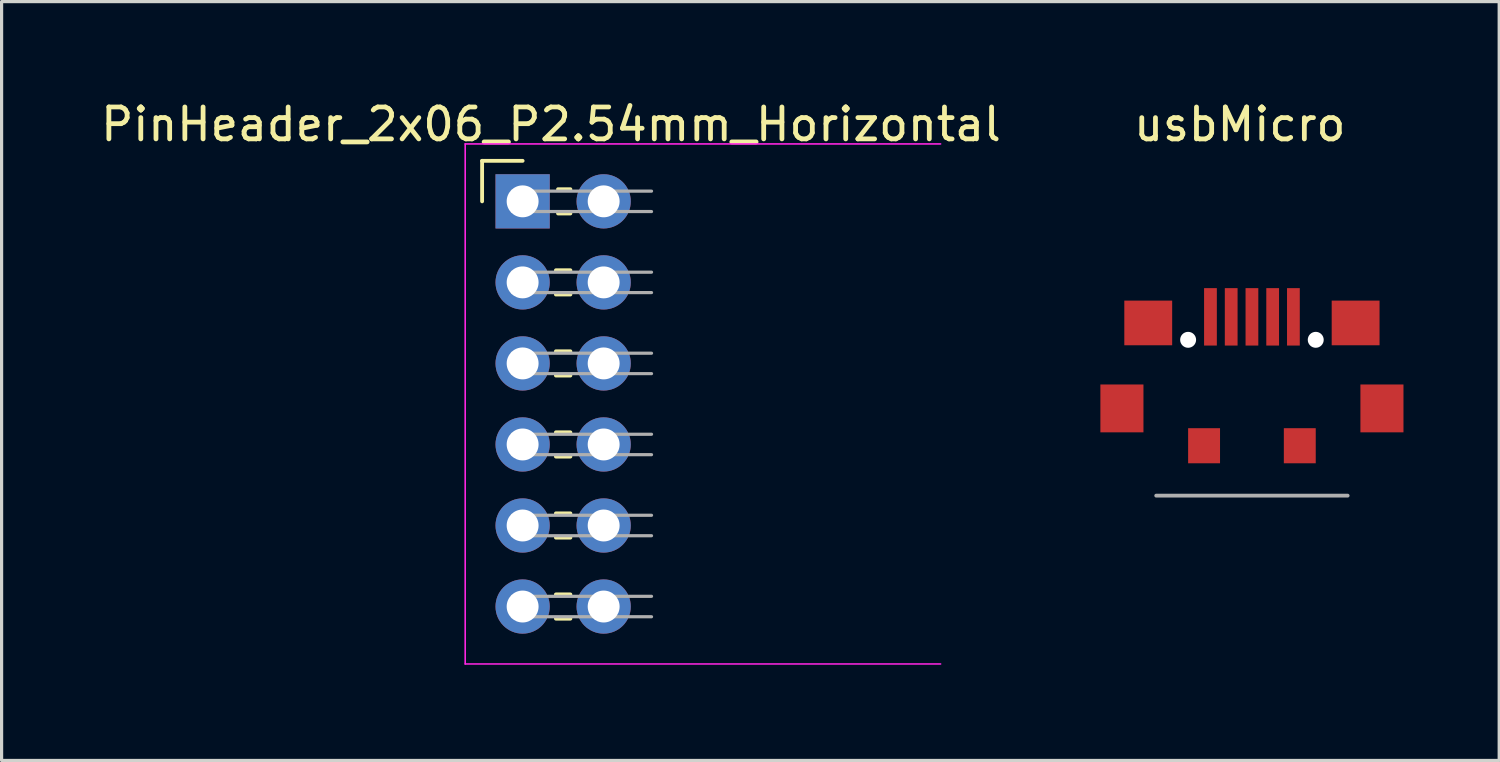
<source format=kicad_pcb>
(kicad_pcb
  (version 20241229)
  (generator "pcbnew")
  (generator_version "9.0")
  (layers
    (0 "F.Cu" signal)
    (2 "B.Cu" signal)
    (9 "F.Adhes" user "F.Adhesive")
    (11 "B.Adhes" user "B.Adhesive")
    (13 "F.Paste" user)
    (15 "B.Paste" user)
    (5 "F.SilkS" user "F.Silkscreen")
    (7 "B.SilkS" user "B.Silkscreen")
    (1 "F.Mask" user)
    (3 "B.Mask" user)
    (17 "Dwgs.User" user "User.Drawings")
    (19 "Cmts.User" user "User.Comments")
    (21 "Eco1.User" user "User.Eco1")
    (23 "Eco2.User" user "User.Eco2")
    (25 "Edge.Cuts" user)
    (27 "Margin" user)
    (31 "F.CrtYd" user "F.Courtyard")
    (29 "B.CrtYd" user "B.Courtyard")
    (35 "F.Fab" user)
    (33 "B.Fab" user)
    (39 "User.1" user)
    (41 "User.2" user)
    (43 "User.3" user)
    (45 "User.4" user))
  (footprint "usbMicro"
    (layer "F.Cu")
    (at 36.19 6.881)
    (property "Reference" "usbMicro" (at -0.381 -6.032 0) (layer "F.SilkS") (effects (font (size 1 1) (thickness 0.15))))
    (attr through_hole)
    (fp_line (start -3 5.604) (end 3 5.604) (stroke (width 0.12) (type solid)) (layer "F.Fab"))
    (pad "" np_thru_hole circle (at -2 0.72 90) (size 0.5 0.5) (drill 0.5) (layers "*.Cu" "*.Mask"))
    (pad "" np_thru_hole circle (at 2 0.72 90) (size 0.5 0.5) (drill 0.5) (layers "*.Cu" "*.Mask"))
    (pad "1" smd rect (at -1.3 0 90) (size 1.8 0.4) (layers "F.Cu" "F.Mask" "F.Paste"))
    (pad "2" smd rect (at -0.65 0 90) (size 1.8 0.4) (layers "F.Cu" "F.Mask" "F.Paste"))
    (pad "3" smd rect (at 0 0 90) (size 1.8 0.4) (layers "F.Cu" "F.Mask" "F.Paste"))
    (pad "4" smd rect (at 0.65 0 90) (size 1.8 0.4) (layers "F.Cu" "F.Mask" "F.Paste"))
    (pad "5" smd rect (at 1.3 0 90) (size 1.8 0.4) (layers "F.Cu" "F.Mask" "F.Paste"))
    (pad "6" smd rect (at -4.075 2.87 180) (size 1.35 1.5) (layers "F.Cu" "F.Mask" "F.Paste"))
    (pad "6" smd rect (at -3.25 0.191 180) (size 1.5 1.4) (layers "F.Cu" "F.Mask" "F.Paste"))
    (pad "6" smd rect (at -1.5 4.04 90) (size 1.1 1) (layers "F.Cu" "F.Mask" "F.Paste"))
    (pad "6" smd rect (at 1.5 4.04 90) (size 1.1 1) (layers "F.Cu" "F.Mask" "F.Paste"))
    (pad "6" smd rect (at 3.25 0.191 180) (size 1.5 1.4) (layers "F.Cu" "F.Mask" "F.Paste"))
    (pad "6" smd rect (at 4.075 2.87 180) (size 1.35 1.5) (layers "F.Cu" "F.Mask" "F.Paste")))
  (footprint "PinHeader_2x06_P2.54mm_Horizontal"
    (layer "F.Cu")
    (at 13.331 3.261)
    (property "Reference" "PinHeader_2x06_P2.54mm_Horizontal" (at 0.889 -2.413 0) (layer "F.SilkS") (effects (font (size 1 1) (thickness 0.15))))
    (attr through_hole)
    (fp_line (start -1.27 -1.27) (end 0 -1.27) (stroke (width 0.12) (type solid)) (layer "F.SilkS"))
    (fp_line (start -1.27 0) (end -1.27 -1.27) (stroke (width 0.12) (type solid)) (layer "F.SilkS"))
    (fp_line (start 1.043 2.16) (end 1.497 2.16) (stroke (width 0.12) (type solid)) (layer "F.SilkS"))
    (fp_line (start 1.043 2.92) (end 1.497 2.92) (stroke (width 0.12) (type solid)) (layer "F.SilkS"))
    (fp_line (start 1.043 4.7) (end 1.497 4.7) (stroke (width 0.12) (type solid)) (layer "F.SilkS"))
    (fp_line (start 1.043 5.46) (end 1.497 5.46) (stroke (width 0.12) (type solid)) (layer "F.SilkS"))
    (fp_line (start 1.043 7.24) (end 1.497 7.24) (stroke (width 0.12) (type solid)) (layer "F.SilkS"))
    (fp_line (start 1.043 8) (end 1.497 8) (stroke (width 0.12) (type solid)) (layer "F.SilkS"))
    (fp_line (start 1.043 9.78) (end 1.497 9.78) (stroke (width 0.12) (type solid)) (layer "F.SilkS"))
    (fp_line (start 1.043 10.54) (end 1.497 10.54) (stroke (width 0.12) (type solid)) (layer "F.SilkS"))
    (fp_line (start 1.043 12.32) (end 1.497 12.32) (stroke (width 0.12) (type solid)) (layer "F.SilkS"))
    (fp_line (start 1.043 13.08) (end 1.497 13.08) (stroke (width 0.12) (type solid)) (layer "F.SilkS"))
    (fp_line (start 1.11 -0.38) (end 1.497 -0.38) (stroke (width 0.12) (type solid)) (layer "F.SilkS"))
    (fp_line (start 1.11 0.38) (end 1.497 0.38) (stroke (width 0.12) (type solid)) (layer "F.SilkS"))
    (fp_line (start -1.8 -1.8) (end -1.8 14.5) (stroke (width 0.05) (type solid)) (layer "F.CrtYd"))
    (fp_line (start -1.8 14.5) (end 13.1 14.5) (stroke (width 0.05) (type solid)) (layer "F.CrtYd"))
    (fp_line (start 13.1 -1.8) (end -1.8 -1.8) (stroke (width 0.05) (type solid)) (layer "F.CrtYd"))
    (fp_line (start -0.32 -0.32) (end -0.32 0.32) (stroke (width 0.1) (type solid)) (layer "F.Fab"))
    (fp_line (start -0.32 -0.32) (end 4.04 -0.32) (stroke (width 0.1) (type solid)) (layer "F.Fab"))
    (fp_line (start -0.32 0.32) (end 4.04 0.32) (stroke (width 0.1) (type solid)) (layer "F.Fab"))
    (fp_line (start -0.32 2.22) (end -0.32 2.86) (stroke (width 0.1) (type solid)) (layer "F.Fab"))
    (fp_line (start -0.32 2.22) (end 4.04 2.22) (stroke (width 0.1) (type solid)) (layer "F.Fab"))
    (fp_line (start -0.32 2.86) (end 4.04 2.86) (stroke (width 0.1) (type solid)) (layer "F.Fab"))
    (fp_line (start -0.32 4.76) (end -0.32 5.4) (stroke (width 0.1) (type solid)) (layer "F.Fab"))
    (fp_line (start -0.32 4.76) (end 4.04 4.76) (stroke (width 0.1) (type solid)) (layer "F.Fab"))
    (fp_line (start -0.32 5.4) (end 4.04 5.4) (stroke (width 0.1) (type solid)) (layer "F.Fab"))
    (fp_line (start -0.32 7.3) (end -0.32 7.94) (stroke (width 0.1) (type solid)) (layer "F.Fab"))
    (fp_line (start -0.32 7.3) (end 4.04 7.3) (stroke (width 0.1) (type solid)) (layer "F.Fab"))
    (fp_line (start -0.32 7.94) (end 4.04 7.94) (stroke (width 0.1) (type solid)) (layer "F.Fab"))
    (fp_line (start -0.32 9.84) (end -0.32 10.48) (stroke (width 0.1) (type solid)) (layer "F.Fab"))
    (fp_line (start -0.32 9.84) (end 4.04 9.84) (stroke (width 0.1) (type solid)) (layer "F.Fab"))
    (fp_line (start -0.32 10.48) (end 4.04 10.48) (stroke (width 0.1) (type solid)) (layer "F.Fab"))
    (fp_line (start -0.32 12.38) (end -0.32 13.02) (stroke (width 0.1) (type solid)) (layer "F.Fab"))
    (fp_line (start -0.32 12.38) (end 4.04 12.38) (stroke (width 0.1) (type solid)) (layer "F.Fab"))
    (fp_line (start -0.32 13.02) (end 4.04 13.02) (stroke (width 0.1) (type solid)) (layer "F.Fab"))
    (pad "1" thru_hole rect (at 0 0) (size 1.7 1.7) (drill 1) (layers "*.Cu" "*.Mask"))
    (pad "2" thru_hole oval (at 0 2.54) (size 1.7 1.7) (drill 1) (layers "*.Cu" "*.Mask"))
    (pad "3" thru_hole oval (at 0 5.08) (size 1.7 1.7) (drill 1) (layers "*.Cu" "*.Mask"))
    (pad "4" thru_hole oval (at 0 7.62) (size 1.7 1.7) (drill 1) (layers "*.Cu" "*.Mask"))
    (pad "5" thru_hole oval (at 0 10.16) (size 1.7 1.7) (drill 1) (layers "*.Cu" "*.Mask"))
    (pad "6" thru_hole oval (at 0 12.7) (size 1.7 1.7) (drill 1) (layers "*.Cu" "*.Mask"))
    (pad "7" thru_hole oval (at 2.54 0) (size 1.7 1.7) (drill 1) (layers "*.Cu" "*.Mask"))
    (pad "8" thru_hole oval (at 2.54 2.54) (size 1.7 1.7) (drill 1) (layers "*.Cu" "*.Mask"))
    (pad "9" thru_hole oval (at 2.54 5.08) (size 1.7 1.7) (drill 1) (layers "*.Cu" "*.Mask"))
    (pad "10" thru_hole oval (at 2.54 7.62) (size 1.7 1.7) (drill 1) (layers "*.Cu" "*.Mask"))
    (pad "11" thru_hole oval (at 2.54 10.16) (size 1.7 1.7) (drill 1) (layers "*.Cu" "*.Mask"))
    (pad "12" thru_hole oval (at 2.54 12.7) (size 1.7 1.7) (drill 1) (layers "*.Cu" "*.Mask")))
  (gr_rect
    (start -3 -3)
    (end 43.94 20.786)
    (stroke (width 0.1) (type default))
    (fill no)
    (layer "Edge.Cuts")))
</source>
